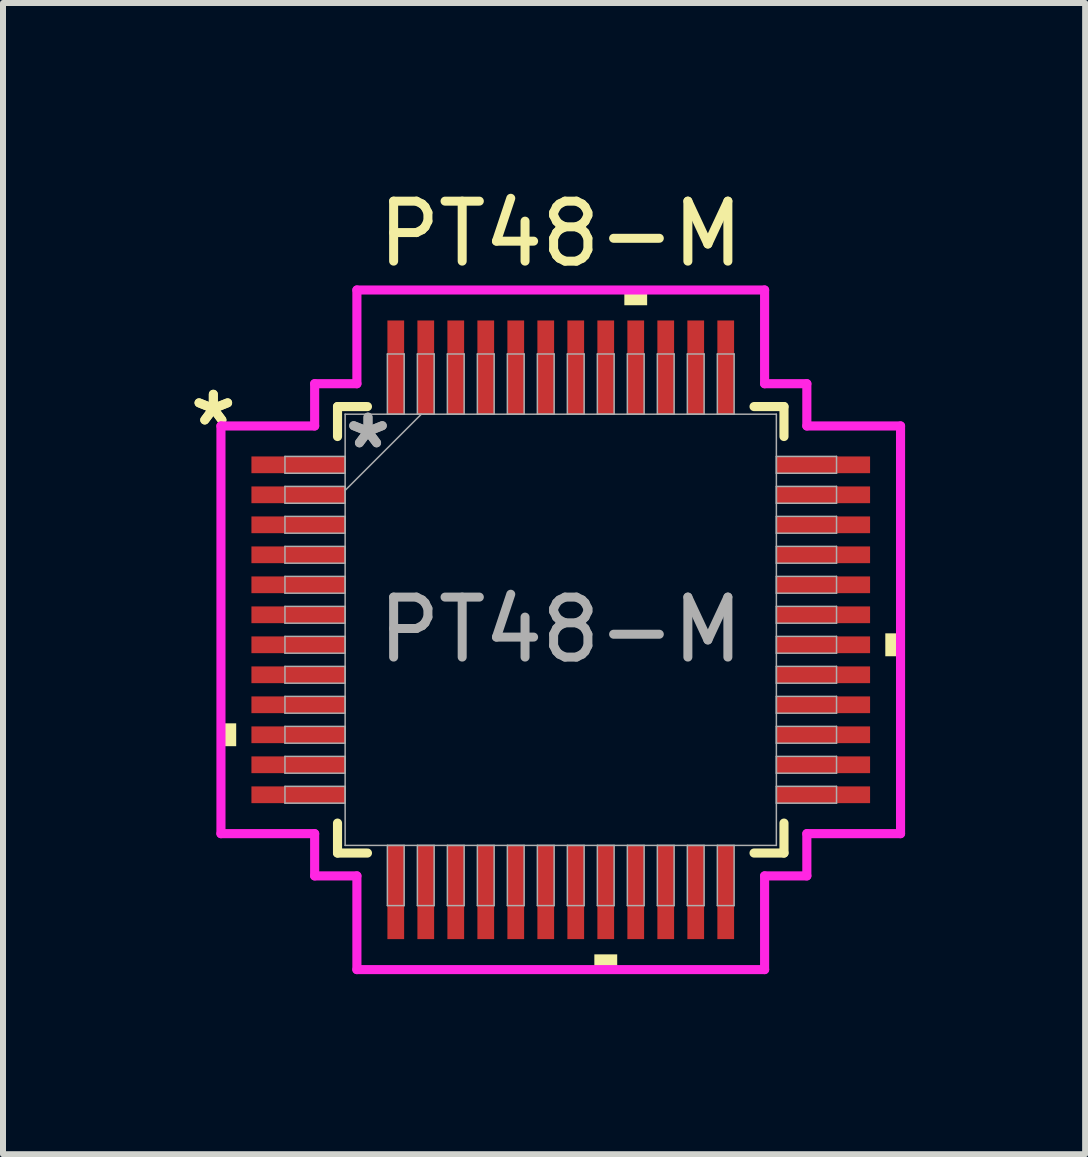
<source format=kicad_pcb>
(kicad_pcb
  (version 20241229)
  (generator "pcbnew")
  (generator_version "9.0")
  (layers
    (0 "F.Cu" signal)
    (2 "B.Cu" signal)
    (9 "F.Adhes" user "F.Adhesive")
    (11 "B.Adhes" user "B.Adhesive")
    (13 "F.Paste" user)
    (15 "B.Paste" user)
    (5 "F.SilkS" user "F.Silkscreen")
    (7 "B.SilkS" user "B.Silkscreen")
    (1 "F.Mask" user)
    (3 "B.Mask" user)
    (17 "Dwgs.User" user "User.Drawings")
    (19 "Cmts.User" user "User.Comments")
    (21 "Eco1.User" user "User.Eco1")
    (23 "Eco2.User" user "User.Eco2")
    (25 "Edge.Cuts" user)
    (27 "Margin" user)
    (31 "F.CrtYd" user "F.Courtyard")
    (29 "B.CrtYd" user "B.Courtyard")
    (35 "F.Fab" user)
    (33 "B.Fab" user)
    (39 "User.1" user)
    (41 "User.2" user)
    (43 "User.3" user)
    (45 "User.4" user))
  (footprint "PT48-M"
    (layer "F.Cu")
    (at 6.297 7.448)
    (property "Reference" "PT48-M" (at 0 -6.6 0) (unlocked yes) (layer "F.SilkS") (effects (font (size 1 1) (thickness 0.15))))
    (attr smd)
    (fp_line (start -3.721 -3.721) (end -3.721 -3.222) (stroke (width 0.152) (type solid)) (layer "F.SilkS"))
    (fp_line (start -3.721 3.222) (end -3.721 3.721) (stroke (width 0.152) (type solid)) (layer "F.SilkS"))
    (fp_line (start -3.721 3.721) (end -3.222 3.721) (stroke (width 0.152) (type solid)) (layer "F.SilkS"))
    (fp_line (start -3.222 -3.721) (end -3.721 -3.721) (stroke (width 0.152) (type solid)) (layer "F.SilkS"))
    (fp_line (start 3.222 3.721) (end 3.721 3.721) (stroke (width 0.152) (type solid)) (layer "F.SilkS"))
    (fp_line (start 3.721 -3.721) (end 3.222 -3.721) (stroke (width 0.152) (type solid)) (layer "F.SilkS"))
    (fp_line (start 3.721 -3.222) (end 3.721 -3.721) (stroke (width 0.152) (type solid)) (layer "F.SilkS"))
    (fp_line (start 3.721 3.721) (end 3.721 3.222) (stroke (width 0.152) (type solid)) (layer "F.SilkS"))
    (fp_poly (pts (xy -5.664 1.559) (xy -5.664 1.94) (xy -5.41 1.94) (xy -5.41 1.559)) (stroke (width 0) (type solid)) (fill yes) (layer "F.SilkS"))
    (fp_poly (pts (xy 0.56 5.41) (xy 0.56 5.664) (xy 0.941 5.664) (xy 0.941 5.41)) (stroke (width 0) (type solid)) (fill yes) (layer "F.SilkS"))
    (fp_poly (pts (xy 1.06 -5.41) (xy 1.06 -5.664) (xy 1.44 -5.664) (xy 1.44 -5.41)) (stroke (width 0) (type solid)) (fill yes) (layer "F.SilkS"))
    (fp_poly (pts (xy 5.664 0.059) (xy 5.664 0.441) (xy 5.41 0.441) (xy 5.41 0.059)) (stroke (width 0) (type solid)) (fill yes) (layer "F.SilkS"))
    (fp_line (start -5.664 -3.398) (end -4.102 -3.398) (stroke (width 0.152) (type solid)) (layer "F.CrtYd"))
    (fp_line (start -5.664 3.398) (end -5.664 -3.398) (stroke (width 0.152) (type solid)) (layer "F.CrtYd"))
    (fp_line (start -4.102 -4.102) (end -3.398 -4.102) (stroke (width 0.152) (type solid)) (layer "F.CrtYd"))
    (fp_line (start -4.102 -3.398) (end -4.102 -4.102) (stroke (width 0.152) (type solid)) (layer "F.CrtYd"))
    (fp_line (start -4.102 3.398) (end -5.664 3.398) (stroke (width 0.152) (type solid)) (layer "F.CrtYd"))
    (fp_line (start -4.102 4.102) (end -4.102 3.398) (stroke (width 0.152) (type solid)) (layer "F.CrtYd"))
    (fp_line (start -4.102 4.102) (end -3.398 4.102) (stroke (width 0.152) (type solid)) (layer "F.CrtYd"))
    (fp_line (start -3.398 -5.664) (end 3.398 -5.664) (stroke (width 0.152) (type solid)) (layer "F.CrtYd"))
    (fp_line (start -3.398 -4.102) (end -3.398 -5.664) (stroke (width 0.152) (type solid)) (layer "F.CrtYd"))
    (fp_line (start -3.398 4.102) (end -3.398 5.664) (stroke (width 0.152) (type solid)) (layer "F.CrtYd"))
    (fp_line (start -3.398 5.664) (end 3.398 5.664) (stroke (width 0.152) (type solid)) (layer "F.CrtYd"))
    (fp_line (start 3.398 -5.664) (end 3.398 -4.102) (stroke (width 0.152) (type solid)) (layer "F.CrtYd"))
    (fp_line (start 3.398 -4.102) (end 4.102 -4.102) (stroke (width 0.152) (type solid)) (layer "F.CrtYd"))
    (fp_line (start 3.398 4.102) (end 4.102 4.102) (stroke (width 0.152) (type solid)) (layer "F.CrtYd"))
    (fp_line (start 3.398 5.664) (end 3.398 4.102) (stroke (width 0.152) (type solid)) (layer "F.CrtYd"))
    (fp_line (start 4.102 -3.398) (end 4.102 -4.102) (stroke (width 0.152) (type solid)) (layer "F.CrtYd"))
    (fp_line (start 4.102 3.398) (end 5.664 3.398) (stroke (width 0.152) (type solid)) (layer "F.CrtYd"))
    (fp_line (start 4.102 4.102) (end 4.102 3.398) (stroke (width 0.152) (type solid)) (layer "F.CrtYd"))
    (fp_line (start 5.664 -3.398) (end 4.102 -3.398) (stroke (width 0.152) (type solid)) (layer "F.CrtYd"))
    (fp_line (start 5.664 3.398) (end 5.664 -3.398) (stroke (width 0.152) (type solid)) (layer "F.CrtYd"))
    (fp_line (start -4.597 -2.89) (end -4.597 -2.61) (stroke (width 0.025) (type solid)) (layer "F.Fab"))
    (fp_line (start -4.597 -2.61) (end -3.594 -2.61) (stroke (width 0.025) (type solid)) (layer "F.Fab"))
    (fp_line (start -4.597 -2.39) (end -4.597 -2.11) (stroke (width 0.025) (type solid)) (layer "F.Fab"))
    (fp_line (start -4.597 -2.11) (end -3.594 -2.11) (stroke (width 0.025) (type solid)) (layer "F.Fab"))
    (fp_line (start -4.597 -1.89) (end -4.597 -1.61) (stroke (width 0.025) (type solid)) (layer "F.Fab"))
    (fp_line (start -4.597 -1.61) (end -3.594 -1.61) (stroke (width 0.025) (type solid)) (layer "F.Fab"))
    (fp_line (start -4.597 -1.39) (end -4.597 -1.11) (stroke (width 0.025) (type solid)) (layer "F.Fab"))
    (fp_line (start -4.597 -1.11) (end -3.594 -1.11) (stroke (width 0.025) (type solid)) (layer "F.Fab"))
    (fp_line (start -4.597 -0.89) (end -4.597 -0.61) (stroke (width 0.025) (type solid)) (layer "F.Fab"))
    (fp_line (start -4.597 -0.61) (end -3.594 -0.61) (stroke (width 0.025) (type solid)) (layer "F.Fab"))
    (fp_line (start -4.597 -0.39) (end -4.597 -0.11) (stroke (width 0.025) (type solid)) (layer "F.Fab"))
    (fp_line (start -4.597 -0.11) (end -3.594 -0.11) (stroke (width 0.025) (type solid)) (layer "F.Fab"))
    (fp_line (start -4.597 0.11) (end -4.597 0.39) (stroke (width 0.025) (type solid)) (layer "F.Fab"))
    (fp_line (start -4.597 0.39) (end -3.594 0.39) (stroke (width 0.025) (type solid)) (layer "F.Fab"))
    (fp_line (start -4.597 0.61) (end -4.597 0.89) (stroke (width 0.025) (type solid)) (layer "F.Fab"))
    (fp_line (start -4.597 0.89) (end -3.594 0.89) (stroke (width 0.025) (type solid)) (layer "F.Fab"))
    (fp_line (start -4.597 1.11) (end -4.597 1.39) (stroke (width 0.025) (type solid)) (layer "F.Fab"))
    (fp_line (start -4.597 1.39) (end -3.594 1.39) (stroke (width 0.025) (type solid)) (layer "F.Fab"))
    (fp_line (start -4.597 1.61) (end -4.597 1.89) (stroke (width 0.025) (type solid)) (layer "F.Fab"))
    (fp_line (start -4.597 1.89) (end -3.594 1.89) (stroke (width 0.025) (type solid)) (layer "F.Fab"))
    (fp_line (start -4.597 2.11) (end -4.597 2.39) (stroke (width 0.025) (type solid)) (layer "F.Fab"))
    (fp_line (start -4.597 2.39) (end -3.594 2.39) (stroke (width 0.025) (type solid)) (layer "F.Fab"))
    (fp_line (start -4.597 2.61) (end -4.597 2.89) (stroke (width 0.025) (type solid)) (layer "F.Fab"))
    (fp_line (start -4.597 2.89) (end -3.594 2.89) (stroke (width 0.025) (type solid)) (layer "F.Fab"))
    (fp_line (start -3.594 -3.594) (end -3.594 3.594) (stroke (width 0.025) (type solid)) (layer "F.Fab"))
    (fp_line (start -3.594 -2.89) (end -4.597 -2.89) (stroke (width 0.025) (type solid)) (layer "F.Fab"))
    (fp_line (start -3.594 -2.61) (end -3.594 -2.89) (stroke (width 0.025) (type solid)) (layer "F.Fab"))
    (fp_line (start -3.594 -2.39) (end -4.597 -2.39) (stroke (width 0.025) (type solid)) (layer "F.Fab"))
    (fp_line (start -3.594 -2.324) (end -2.324 -3.594) (stroke (width 0.025) (type solid)) (layer "F.Fab"))
    (fp_line (start -3.594 -2.11) (end -3.594 -2.39) (stroke (width 0.025) (type solid)) (layer "F.Fab"))
    (fp_line (start -3.594 -1.89) (end -4.597 -1.89) (stroke (width 0.025) (type solid)) (layer "F.Fab"))
    (fp_line (start -3.594 -1.61) (end -3.594 -1.89) (stroke (width 0.025) (type solid)) (layer "F.Fab"))
    (fp_line (start -3.594 -1.39) (end -4.597 -1.39) (stroke (width 0.025) (type solid)) (layer "F.Fab"))
    (fp_line (start -3.594 -1.11) (end -3.594 -1.39) (stroke (width 0.025) (type solid)) (layer "F.Fab"))
    (fp_line (start -3.594 -0.89) (end -4.597 -0.89) (stroke (width 0.025) (type solid)) (layer "F.Fab"))
    (fp_line (start -3.594 -0.61) (end -3.594 -0.89) (stroke (width 0.025) (type solid)) (layer "F.Fab"))
    (fp_line (start -3.594 -0.39) (end -4.597 -0.39) (stroke (width 0.025) (type solid)) (layer "F.Fab"))
    (fp_line (start -3.594 -0.11) (end -3.594 -0.39) (stroke (width 0.025) (type solid)) (layer "F.Fab"))
    (fp_line (start -3.594 0.11) (end -4.597 0.11) (stroke (width 0.025) (type solid)) (layer "F.Fab"))
    (fp_line (start -3.594 0.39) (end -3.594 0.11) (stroke (width 0.025) (type solid)) (layer "F.Fab"))
    (fp_line (start -3.594 0.61) (end -4.597 0.61) (stroke (width 0.025) (type solid)) (layer "F.Fab"))
    (fp_line (start -3.594 0.89) (end -3.594 0.61) (stroke (width 0.025) (type solid)) (layer "F.Fab"))
    (fp_line (start -3.594 1.11) (end -4.597 1.11) (stroke (width 0.025) (type solid)) (layer "F.Fab"))
    (fp_line (start -3.594 1.39) (end -3.594 1.11) (stroke (width 0.025) (type solid)) (layer "F.Fab"))
    (fp_line (start -3.594 1.61) (end -4.597 1.61) (stroke (width 0.025) (type solid)) (layer "F.Fab"))
    (fp_line (start -3.594 1.89) (end -3.594 1.61) (stroke (width 0.025) (type solid)) (layer "F.Fab"))
    (fp_line (start -3.594 2.11) (end -4.597 2.11) (stroke (width 0.025) (type solid)) (layer "F.Fab"))
    (fp_line (start -3.594 2.39) (end -3.594 2.11) (stroke (width 0.025) (type solid)) (layer "F.Fab"))
    (fp_line (start -3.594 2.61) (end -4.597 2.61) (stroke (width 0.025) (type solid)) (layer "F.Fab"))
    (fp_line (start -3.594 2.89) (end -3.594 2.61) (stroke (width 0.025) (type solid)) (layer "F.Fab"))
    (fp_line (start -3.594 3.594) (end 3.594 3.594) (stroke (width 0.025) (type solid)) (layer "F.Fab"))
    (fp_line (start -2.89 -4.597) (end -2.89 -3.594) (stroke (width 0.025) (type solid)) (layer "F.Fab"))
    (fp_line (start -2.89 -3.594) (end -2.61 -3.594) (stroke (width 0.025) (type solid)) (layer "F.Fab"))
    (fp_line (start -2.89 3.594) (end -2.89 4.597) (stroke (width 0.025) (type solid)) (layer "F.Fab"))
    (fp_line (start -2.89 4.597) (end -2.61 4.597) (stroke (width 0.025) (type solid)) (layer "F.Fab"))
    (fp_line (start -2.61 -4.597) (end -2.89 -4.597) (stroke (width 0.025) (type solid)) (layer "F.Fab"))
    (fp_line (start -2.61 -3.594) (end -2.61 -4.597) (stroke (width 0.025) (type solid)) (layer "F.Fab"))
    (fp_line (start -2.61 3.594) (end -2.89 3.594) (stroke (width 0.025) (type solid)) (layer "F.Fab"))
    (fp_line (start -2.61 4.597) (end -2.61 3.594) (stroke (width 0.025) (type solid)) (layer "F.Fab"))
    (fp_line (start -2.39 -4.597) (end -2.39 -3.594) (stroke (width 0.025) (type solid)) (layer "F.Fab"))
    (fp_line (start -2.39 -3.594) (end -2.11 -3.594) (stroke (width 0.025) (type solid)) (layer "F.Fab"))
    (fp_line (start -2.39 3.594) (end -2.39 4.597) (stroke (width 0.025) (type solid)) (layer "F.Fab"))
    (fp_line (start -2.39 4.597) (end -2.11 4.597) (stroke (width 0.025) (type solid)) (layer "F.Fab"))
    (fp_line (start -2.11 -4.597) (end -2.39 -4.597) (stroke (width 0.025) (type solid)) (layer "F.Fab"))
    (fp_line (start -2.11 -3.594) (end -2.11 -4.597) (stroke (width 0.025) (type solid)) (layer "F.Fab"))
    (fp_line (start -2.11 3.594) (end -2.39 3.594) (stroke (width 0.025) (type solid)) (layer "F.Fab"))
    (fp_line (start -2.11 4.597) (end -2.11 3.594) (stroke (width 0.025) (type solid)) (layer "F.Fab"))
    (fp_line (start -1.89 -4.597) (end -1.89 -3.594) (stroke (width 0.025) (type solid)) (layer "F.Fab"))
    (fp_line (start -1.89 -3.594) (end -1.61 -3.594) (stroke (width 0.025) (type solid)) (layer "F.Fab"))
    (fp_line (start -1.89 3.594) (end -1.89 4.597) (stroke (width 0.025) (type solid)) (layer "F.Fab"))
    (fp_line (start -1.89 4.597) (end -1.61 4.597) (stroke (width 0.025) (type solid)) (layer "F.Fab"))
    (fp_line (start -1.61 -4.597) (end -1.89 -4.597) (stroke (width 0.025) (type solid)) (layer "F.Fab"))
    (fp_line (start -1.61 -3.594) (end -1.61 -4.597) (stroke (width 0.025) (type solid)) (layer "F.Fab"))
    (fp_line (start -1.61 3.594) (end -1.89 3.594) (stroke (width 0.025) (type solid)) (layer "F.Fab"))
    (fp_line (start -1.61 4.597) (end -1.61 3.594) (stroke (width 0.025) (type solid)) (layer "F.Fab"))
    (fp_line (start -1.39 -4.597) (end -1.39 -3.594) (stroke (width 0.025) (type solid)) (layer "F.Fab"))
    (fp_line (start -1.39 -3.594) (end -1.11 -3.594) (stroke (width 0.025) (type solid)) (layer "F.Fab"))
    (fp_line (start -1.39 3.594) (end -1.39 4.597) (stroke (width 0.025) (type solid)) (layer "F.Fab"))
    (fp_line (start -1.39 4.597) (end -1.11 4.597) (stroke (width 0.025) (type solid)) (layer "F.Fab"))
    (fp_line (start -1.11 -4.597) (end -1.39 -4.597) (stroke (width 0.025) (type solid)) (layer "F.Fab"))
    (fp_line (start -1.11 -3.594) (end -1.11 -4.597) (stroke (width 0.025) (type solid)) (layer "F.Fab"))
    (fp_line (start -1.11 3.594) (end -1.39 3.594) (stroke (width 0.025) (type solid)) (layer "F.Fab"))
    (fp_line (start -1.11 4.597) (end -1.11 3.594) (stroke (width 0.025) (type solid)) (layer "F.Fab"))
    (fp_line (start -0.89 -4.597) (end -0.89 -3.594) (stroke (width 0.025) (type solid)) (layer "F.Fab"))
    (fp_line (start -0.89 -3.594) (end -0.61 -3.594) (stroke (width 0.025) (type solid)) (layer "F.Fab"))
    (fp_line (start -0.89 3.594) (end -0.89 4.597) (stroke (width 0.025) (type solid)) (layer "F.Fab"))
    (fp_line (start -0.89 4.597) (end -0.61 4.597) (stroke (width 0.025) (type solid)) (layer "F.Fab"))
    (fp_line (start -0.61 -4.597) (end -0.89 -4.597) (stroke (width 0.025) (type solid)) (layer "F.Fab"))
    (fp_line (start -0.61 -3.594) (end -0.61 -4.597) (stroke (width 0.025) (type solid)) (layer "F.Fab"))
    (fp_line (start -0.61 3.594) (end -0.89 3.594) (stroke (width 0.025) (type solid)) (layer "F.Fab"))
    (fp_line (start -0.61 4.597) (end -0.61 3.594) (stroke (width 0.025) (type solid)) (layer "F.Fab"))
    (fp_line (start -0.39 -4.597) (end -0.39 -3.594) (stroke (width 0.025) (type solid)) (layer "F.Fab"))
    (fp_line (start -0.39 -3.594) (end -0.11 -3.594) (stroke (width 0.025) (type solid)) (layer "F.Fab"))
    (fp_line (start -0.39 3.594) (end -0.39 4.597) (stroke (width 0.025) (type solid)) (layer "F.Fab"))
    (fp_line (start -0.39 4.597) (end -0.11 4.597) (stroke (width 0.025) (type solid)) (layer "F.Fab"))
    (fp_line (start -0.11 -4.597) (end -0.39 -4.597) (stroke (width 0.025) (type solid)) (layer "F.Fab"))
    (fp_line (start -0.11 -3.594) (end -0.11 -4.597) (stroke (width 0.025) (type solid)) (layer "F.Fab"))
    (fp_line (start -0.11 3.594) (end -0.39 3.594) (stroke (width 0.025) (type solid)) (layer "F.Fab"))
    (fp_line (start -0.11 4.597) (end -0.11 3.594) (stroke (width 0.025) (type solid)) (layer "F.Fab"))
    (fp_line (start 0.11 -4.597) (end 0.11 -3.594) (stroke (width 0.025) (type solid)) (layer "F.Fab"))
    (fp_line (start 0.11 -3.594) (end 0.39 -3.594) (stroke (width 0.025) (type solid)) (layer "F.Fab"))
    (fp_line (start 0.11 3.594) (end 0.11 4.597) (stroke (width 0.025) (type solid)) (layer "F.Fab"))
    (fp_line (start 0.11 4.597) (end 0.39 4.597) (stroke (width 0.025) (type solid)) (layer "F.Fab"))
    (fp_line (start 0.39 -4.597) (end 0.11 -4.597) (stroke (width 0.025) (type solid)) (layer "F.Fab"))
    (fp_line (start 0.39 -3.594) (end 0.39 -4.597) (stroke (width 0.025) (type solid)) (layer "F.Fab"))
    (fp_line (start 0.39 3.594) (end 0.11 3.594) (stroke (width 0.025) (type solid)) (layer "F.Fab"))
    (fp_line (start 0.39 4.597) (end 0.39 3.594) (stroke (width 0.025) (type solid)) (layer "F.Fab"))
    (fp_line (start 0.61 -4.597) (end 0.61 -3.594) (stroke (width 0.025) (type solid)) (layer "F.Fab"))
    (fp_line (start 0.61 -3.594) (end 0.89 -3.594) (stroke (width 0.025) (type solid)) (layer "F.Fab"))
    (fp_line (start 0.61 3.594) (end 0.61 4.597) (stroke (width 0.025) (type solid)) (layer "F.Fab"))
    (fp_line (start 0.61 4.597) (end 0.89 4.597) (stroke (width 0.025) (type solid)) (layer "F.Fab"))
    (fp_line (start 0.89 -4.597) (end 0.61 -4.597) (stroke (width 0.025) (type solid)) (layer "F.Fab"))
    (fp_line (start 0.89 -3.594) (end 0.89 -4.597) (stroke (width 0.025) (type solid)) (layer "F.Fab"))
    (fp_line (start 0.89 3.594) (end 0.61 3.594) (stroke (width 0.025) (type solid)) (layer "F.Fab"))
    (fp_line (start 0.89 4.597) (end 0.89 3.594) (stroke (width 0.025) (type solid)) (layer "F.Fab"))
    (fp_line (start 1.11 -4.597) (end 1.11 -3.594) (stroke (width 0.025) (type solid)) (layer "F.Fab"))
    (fp_line (start 1.11 -3.594) (end 1.39 -3.594) (stroke (width 0.025) (type solid)) (layer "F.Fab"))
    (fp_line (start 1.11 3.594) (end 1.11 4.597) (stroke (width 0.025) (type solid)) (layer "F.Fab"))
    (fp_line (start 1.11 4.597) (end 1.39 4.597) (stroke (width 0.025) (type solid)) (layer "F.Fab"))
    (fp_line (start 1.39 -4.597) (end 1.11 -4.597) (stroke (width 0.025) (type solid)) (layer "F.Fab"))
    (fp_line (start 1.39 -3.594) (end 1.39 -4.597) (stroke (width 0.025) (type solid)) (layer "F.Fab"))
    (fp_line (start 1.39 3.594) (end 1.11 3.594) (stroke (width 0.025) (type solid)) (layer "F.Fab"))
    (fp_line (start 1.39 4.597) (end 1.39 3.594) (stroke (width 0.025) (type solid)) (layer "F.Fab"))
    (fp_line (start 1.61 -4.597) (end 1.61 -3.594) (stroke (width 0.025) (type solid)) (layer "F.Fab"))
    (fp_line (start 1.61 -3.594) (end 1.89 -3.594) (stroke (width 0.025) (type solid)) (layer "F.Fab"))
    (fp_line (start 1.61 3.594) (end 1.61 4.597) (stroke (width 0.025) (type solid)) (layer "F.Fab"))
    (fp_line (start 1.61 4.597) (end 1.89 4.597) (stroke (width 0.025) (type solid)) (layer "F.Fab"))
    (fp_line (start 1.89 -4.597) (end 1.61 -4.597) (stroke (width 0.025) (type solid)) (layer "F.Fab"))
    (fp_line (start 1.89 -3.594) (end 1.89 -4.597) (stroke (width 0.025) (type solid)) (layer "F.Fab"))
    (fp_line (start 1.89 3.594) (end 1.61 3.594) (stroke (width 0.025) (type solid)) (layer "F.Fab"))
    (fp_line (start 1.89 4.597) (end 1.89 3.594) (stroke (width 0.025) (type solid)) (layer "F.Fab"))
    (fp_line (start 2.11 -4.597) (end 2.11 -3.594) (stroke (width 0.025) (type solid)) (layer "F.Fab"))
    (fp_line (start 2.11 -3.594) (end 2.39 -3.594) (stroke (width 0.025) (type solid)) (layer "F.Fab"))
    (fp_line (start 2.11 3.594) (end 2.11 4.597) (stroke (width 0.025) (type solid)) (layer "F.Fab"))
    (fp_line (start 2.11 4.597) (end 2.39 4.597) (stroke (width 0.025) (type solid)) (layer "F.Fab"))
    (fp_line (start 2.39 -4.597) (end 2.11 -4.597) (stroke (width 0.025) (type solid)) (layer "F.Fab"))
    (fp_line (start 2.39 -3.594) (end 2.39 -4.597) (stroke (width 0.025) (type solid)) (layer "F.Fab"))
    (fp_line (start 2.39 3.594) (end 2.11 3.594) (stroke (width 0.025) (type solid)) (layer "F.Fab"))
    (fp_line (start 2.39 4.597) (end 2.39 3.594) (stroke (width 0.025) (type solid)) (layer "F.Fab"))
    (fp_line (start 2.61 -4.597) (end 2.61 -3.594) (stroke (width 0.025) (type solid)) (layer "F.Fab"))
    (fp_line (start 2.61 -3.594) (end 2.89 -3.594) (stroke (width 0.025) (type solid)) (layer "F.Fab"))
    (fp_line (start 2.61 3.594) (end 2.61 4.597) (stroke (width 0.025) (type solid)) (layer "F.Fab"))
    (fp_line (start 2.61 4.597) (end 2.89 4.597) (stroke (width 0.025) (type solid)) (layer "F.Fab"))
    (fp_line (start 2.89 -4.597) (end 2.61 -4.597) (stroke (width 0.025) (type solid)) (layer "F.Fab"))
    (fp_line (start 2.89 -3.594) (end 2.89 -4.597) (stroke (width 0.025) (type solid)) (layer "F.Fab"))
    (fp_line (start 2.89 3.594) (end 2.61 3.594) (stroke (width 0.025) (type solid)) (layer "F.Fab"))
    (fp_line (start 2.89 4.597) (end 2.89 3.594) (stroke (width 0.025) (type solid)) (layer "F.Fab"))
    (fp_line (start 3.594 -3.594) (end -3.594 -3.594) (stroke (width 0.025) (type solid)) (layer "F.Fab"))
    (fp_line (start 3.594 -2.89) (end 3.594 -2.61) (stroke (width 0.025) (type solid)) (layer "F.Fab"))
    (fp_line (start 3.594 -2.61) (end 4.597 -2.61) (stroke (width 0.025) (type solid)) (layer "F.Fab"))
    (fp_line (start 3.594 -2.39) (end 3.594 -2.11) (stroke (width 0.025) (type solid)) (layer "F.Fab"))
    (fp_line (start 3.594 -2.11) (end 4.597 -2.11) (stroke (width 0.025) (type solid)) (layer "F.Fab"))
    (fp_line (start 3.594 -1.89) (end 3.594 -1.61) (stroke (width 0.025) (type solid)) (layer "F.Fab"))
    (fp_line (start 3.594 -1.61) (end 4.597 -1.61) (stroke (width 0.025) (type solid)) (layer "F.Fab"))
    (fp_line (start 3.594 -1.39) (end 3.594 -1.11) (stroke (width 0.025) (type solid)) (layer "F.Fab"))
    (fp_line (start 3.594 -1.11) (end 4.597 -1.11) (stroke (width 0.025) (type solid)) (layer "F.Fab"))
    (fp_line (start 3.594 -0.89) (end 3.594 -0.61) (stroke (width 0.025) (type solid)) (layer "F.Fab"))
    (fp_line (start 3.594 -0.61) (end 4.597 -0.61) (stroke (width 0.025) (type solid)) (layer "F.Fab"))
    (fp_line (start 3.594 -0.39) (end 3.594 -0.11) (stroke (width 0.025) (type solid)) (layer "F.Fab"))
    (fp_line (start 3.594 -0.11) (end 4.597 -0.11) (stroke (width 0.025) (type solid)) (layer "F.Fab"))
    (fp_line (start 3.594 0.11) (end 3.594 0.39) (stroke (width 0.025) (type solid)) (layer "F.Fab"))
    (fp_line (start 3.594 0.39) (end 4.597 0.39) (stroke (width 0.025) (type solid)) (layer "F.Fab"))
    (fp_line (start 3.594 0.61) (end 3.594 0.89) (stroke (width 0.025) (type solid)) (layer "F.Fab"))
    (fp_line (start 3.594 0.89) (end 4.597 0.89) (stroke (width 0.025) (type solid)) (layer "F.Fab"))
    (fp_line (start 3.594 1.11) (end 3.594 1.39) (stroke (width 0.025) (type solid)) (layer "F.Fab"))
    (fp_line (start 3.594 1.39) (end 4.597 1.39) (stroke (width 0.025) (type solid)) (layer "F.Fab"))
    (fp_line (start 3.594 1.61) (end 3.594 1.89) (stroke (width 0.025) (type solid)) (layer "F.Fab"))
    (fp_line (start 3.594 1.89) (end 4.597 1.89) (stroke (width 0.025) (type solid)) (layer "F.Fab"))
    (fp_line (start 3.594 2.11) (end 3.594 2.39) (stroke (width 0.025) (type solid)) (layer "F.Fab"))
    (fp_line (start 3.594 2.39) (end 4.597 2.39) (stroke (width 0.025) (type solid)) (layer "F.Fab"))
    (fp_line (start 3.594 2.61) (end 3.594 2.89) (stroke (width 0.025) (type solid)) (layer "F.Fab"))
    (fp_line (start 3.594 2.89) (end 4.597 2.89) (stroke (width 0.025) (type solid)) (layer "F.Fab"))
    (fp_line (start 3.594 3.594) (end 3.594 -3.594) (stroke (width 0.025) (type solid)) (layer "F.Fab"))
    (fp_line (start 4.597 -2.89) (end 3.594 -2.89) (stroke (width 0.025) (type solid)) (layer "F.Fab"))
    (fp_line (start 4.597 -2.61) (end 4.597 -2.89) (stroke (width 0.025) (type solid)) (layer "F.Fab"))
    (fp_line (start 4.597 -2.39) (end 3.594 -2.39) (stroke (width 0.025) (type solid)) (layer "F.Fab"))
    (fp_line (start 4.597 -2.11) (end 4.597 -2.39) (stroke (width 0.025) (type solid)) (layer "F.Fab"))
    (fp_line (start 4.597 -1.89) (end 3.594 -1.89) (stroke (width 0.025) (type solid)) (layer "F.Fab"))
    (fp_line (start 4.597 -1.61) (end 4.597 -1.89) (stroke (width 0.025) (type solid)) (layer "F.Fab"))
    (fp_line (start 4.597 -1.39) (end 3.594 -1.39) (stroke (width 0.025) (type solid)) (layer "F.Fab"))
    (fp_line (start 4.597 -1.11) (end 4.597 -1.39) (stroke (width 0.025) (type solid)) (layer "F.Fab"))
    (fp_line (start 4.597 -0.89) (end 3.594 -0.89) (stroke (width 0.025) (type solid)) (layer "F.Fab"))
    (fp_line (start 4.597 -0.61) (end 4.597 -0.89) (stroke (width 0.025) (type solid)) (layer "F.Fab"))
    (fp_line (start 4.597 -0.39) (end 3.594 -0.39) (stroke (width 0.025) (type solid)) (layer "F.Fab"))
    (fp_line (start 4.597 -0.11) (end 4.597 -0.39) (stroke (width 0.025) (type solid)) (layer "F.Fab"))
    (fp_line (start 4.597 0.11) (end 3.594 0.11) (stroke (width 0.025) (type solid)) (layer "F.Fab"))
    (fp_line (start 4.597 0.39) (end 4.597 0.11) (stroke (width 0.025) (type solid)) (layer "F.Fab"))
    (fp_line (start 4.597 0.61) (end 3.594 0.61) (stroke (width 0.025) (type solid)) (layer "F.Fab"))
    (fp_line (start 4.597 0.89) (end 4.597 0.61) (stroke (width 0.025) (type solid)) (layer "F.Fab"))
    (fp_line (start 4.597 1.11) (end 3.594 1.11) (stroke (width 0.025) (type solid)) (layer "F.Fab"))
    (fp_line (start 4.597 1.39) (end 4.597 1.11) (stroke (width 0.025) (type solid)) (layer "F.Fab"))
    (fp_line (start 4.597 1.61) (end 3.594 1.61) (stroke (width 0.025) (type solid)) (layer "F.Fab"))
    (fp_line (start 4.597 1.89) (end 4.597 1.61) (stroke (width 0.025) (type solid)) (layer "F.Fab"))
    (fp_line (start 4.597 2.11) (end 3.594 2.11) (stroke (width 0.025) (type solid)) (layer "F.Fab"))
    (fp_line (start 4.597 2.39) (end 4.597 2.11) (stroke (width 0.025) (type solid)) (layer "F.Fab"))
    (fp_line (start 4.597 2.61) (end 3.594 2.61) (stroke (width 0.025) (type solid)) (layer "F.Fab"))
    (fp_line (start 4.597 2.89) (end 4.597 2.61) (stroke (width 0.025) (type solid)) (layer "F.Fab"))
    (fp_text user "*" (at -5.791 -3.381 0) (unlocked yes) (layer "F.SilkS") (effects (font (size 1 1) (thickness 0.15))))
    (fp_text user "*" (at -5.791 -3.381 0) (layer "F.SilkS") (effects (font (size 1 1) (thickness 0.15))))
    (fp_text user "*" (at -3.213 -3 0) (unlocked yes) (layer "F.Fab") (effects (font (size 1 1) (thickness 0.15))))
    (fp_text user "${REFERENCE}" (at 0 0 0) (unlocked yes) (layer "F.Fab") (effects (font (size 1 1) (thickness 0.15))))
    (fp_text user "*" (at -3.213 -3 0) (layer "F.Fab") (effects (font (size 1 1) (thickness 0.15))))
    (pad "1" smd rect (at -4.375 -2.75 90) (size 0.279 1.562) (layers "F.Cu" "F.Mask" "F.Paste"))
    (pad "2" smd rect (at -4.375 -2.25 90) (size 0.279 1.562) (layers "F.Cu" "F.Mask" "F.Paste"))
    (pad "3" smd rect (at -4.375 -1.75 90) (size 0.279 1.562) (layers "F.Cu" "F.Mask" "F.Paste"))
    (pad "4" smd rect (at -4.375 -1.25 90) (size 0.279 1.562) (layers "F.Cu" "F.Mask" "F.Paste"))
    (pad "5" smd rect (at -4.375 -0.75 90) (size 0.279 1.562) (layers "F.Cu" "F.Mask" "F.Paste"))
    (pad "6" smd rect (at -4.375 -0.25 90) (size 0.279 1.562) (layers "F.Cu" "F.Mask" "F.Paste"))
    (pad "7" smd rect (at -4.375 0.25 90) (size 0.279 1.562) (layers "F.Cu" "F.Mask" "F.Paste"))
    (pad "8" smd rect (at -4.375 0.75 90) (size 0.279 1.562) (layers "F.Cu" "F.Mask" "F.Paste"))
    (pad "9" smd rect (at -4.375 1.25 90) (size 0.279 1.562) (layers "F.Cu" "F.Mask" "F.Paste"))
    (pad "10" smd rect (at -4.375 1.75 90) (size 0.279 1.562) (layers "F.Cu" "F.Mask" "F.Paste"))
    (pad "11" smd rect (at -4.375 2.25 90) (size 0.279 1.562) (layers "F.Cu" "F.Mask" "F.Paste"))
    (pad "12" smd rect (at -4.375 2.75 90) (size 0.279 1.562) (layers "F.Cu" "F.Mask" "F.Paste"))
    (pad "13" smd rect (at -2.75 4.375) (size 0.279 1.562) (layers "F.Cu" "F.Mask" "F.Paste"))
    (pad "14" smd rect (at -2.25 4.375) (size 0.279 1.562) (layers "F.Cu" "F.Mask" "F.Paste"))
    (pad "15" smd rect (at -1.75 4.375) (size 0.279 1.562) (layers "F.Cu" "F.Mask" "F.Paste"))
    (pad "16" smd rect (at -1.25 4.375) (size 0.279 1.562) (layers "F.Cu" "F.Mask" "F.Paste"))
    (pad "17" smd rect (at -0.75 4.375) (size 0.279 1.562) (layers "F.Cu" "F.Mask" "F.Paste"))
    (pad "18" smd rect (at -0.25 4.375) (size 0.279 1.562) (layers "F.Cu" "F.Mask" "F.Paste"))
    (pad "19" smd rect (at 0.25 4.375) (size 0.279 1.562) (layers "F.Cu" "F.Mask" "F.Paste"))
    (pad "20" smd rect (at 0.75 4.375) (size 0.279 1.562) (layers "F.Cu" "F.Mask" "F.Paste"))
    (pad "21" smd rect (at 1.25 4.375) (size 0.279 1.562) (layers "F.Cu" "F.Mask" "F.Paste"))
    (pad "22" smd rect (at 1.75 4.375) (size 0.279 1.562) (layers "F.Cu" "F.Mask" "F.Paste"))
    (pad "23" smd rect (at 2.25 4.375) (size 0.279 1.562) (layers "F.Cu" "F.Mask" "F.Paste"))
    (pad "24" smd rect (at 2.75 4.375) (size 0.279 1.562) (layers "F.Cu" "F.Mask" "F.Paste"))
    (pad "25" smd rect (at 4.375 2.75 90) (size 0.279 1.562) (layers "F.Cu" "F.Mask" "F.Paste"))
    (pad "26" smd rect (at 4.375 2.25 90) (size 0.279 1.562) (layers "F.Cu" "F.Mask" "F.Paste"))
    (pad "27" smd rect (at 4.375 1.75 90) (size 0.279 1.562) (layers "F.Cu" "F.Mask" "F.Paste"))
    (pad "28" smd rect (at 4.375 1.25 90) (size 0.279 1.562) (layers "F.Cu" "F.Mask" "F.Paste"))
    (pad "29" smd rect (at 4.375 0.75 90) (size 0.279 1.562) (layers "F.Cu" "F.Mask" "F.Paste"))
    (pad "30" smd rect (at 4.375 0.25 90) (size 0.279 1.562) (layers "F.Cu" "F.Mask" "F.Paste"))
    (pad "31" smd rect (at 4.375 -0.25 90) (size 0.279 1.562) (layers "F.Cu" "F.Mask" "F.Paste"))
    (pad "32" smd rect (at 4.375 -0.75 90) (size 0.279 1.562) (layers "F.Cu" "F.Mask" "F.Paste"))
    (pad "33" smd rect (at 4.375 -1.25 90) (size 0.279 1.562) (layers "F.Cu" "F.Mask" "F.Paste"))
    (pad "34" smd rect (at 4.375 -1.75 90) (size 0.279 1.562) (layers "F.Cu" "F.Mask" "F.Paste"))
    (pad "35" smd rect (at 4.375 -2.25 90) (size 0.279 1.562) (layers "F.Cu" "F.Mask" "F.Paste"))
    (pad "36" smd rect (at 4.375 -2.75 90) (size 0.279 1.562) (layers "F.Cu" "F.Mask" "F.Paste"))
    (pad "37" smd rect (at 2.75 -4.375) (size 0.279 1.562) (layers "F.Cu" "F.Mask" "F.Paste"))
    (pad "38" smd rect (at 2.25 -4.375) (size 0.279 1.562) (layers "F.Cu" "F.Mask" "F.Paste"))
    (pad "39" smd rect (at 1.75 -4.375) (size 0.279 1.562) (layers "F.Cu" "F.Mask" "F.Paste"))
    (pad "40" smd rect (at 1.25 -4.375) (size 0.279 1.562) (layers "F.Cu" "F.Mask" "F.Paste"))
    (pad "41" smd rect (at 0.75 -4.375) (size 0.279 1.562) (layers "F.Cu" "F.Mask" "F.Paste"))
    (pad "42" smd rect (at 0.25 -4.375) (size 0.279 1.562) (layers "F.Cu" "F.Mask" "F.Paste"))
    (pad "43" smd rect (at -0.25 -4.375) (size 0.279 1.562) (layers "F.Cu" "F.Mask" "F.Paste"))
    (pad "44" smd rect (at -0.75 -4.375) (size 0.279 1.562) (layers "F.Cu" "F.Mask" "F.Paste"))
    (pad "45" smd rect (at -1.25 -4.375) (size 0.279 1.562) (layers "F.Cu" "F.Mask" "F.Paste"))
    (pad "46" smd rect (at -1.75 -4.375) (size 0.279 1.562) (layers "F.Cu" "F.Mask" "F.Paste"))
    (pad "47" smd rect (at -2.25 -4.375) (size 0.279 1.562) (layers "F.Cu" "F.Mask" "F.Paste"))
    (pad "48" smd rect (at -2.75 -4.375) (size 0.279 1.562) (layers "F.Cu" "F.Mask" "F.Paste")))
  (gr_rect
    (start -3 -3)
    (end 15.038 16.189)
    (stroke (width 0.1) (type default))
    (fill no)
    (layer "Edge.Cuts")))
</source>
